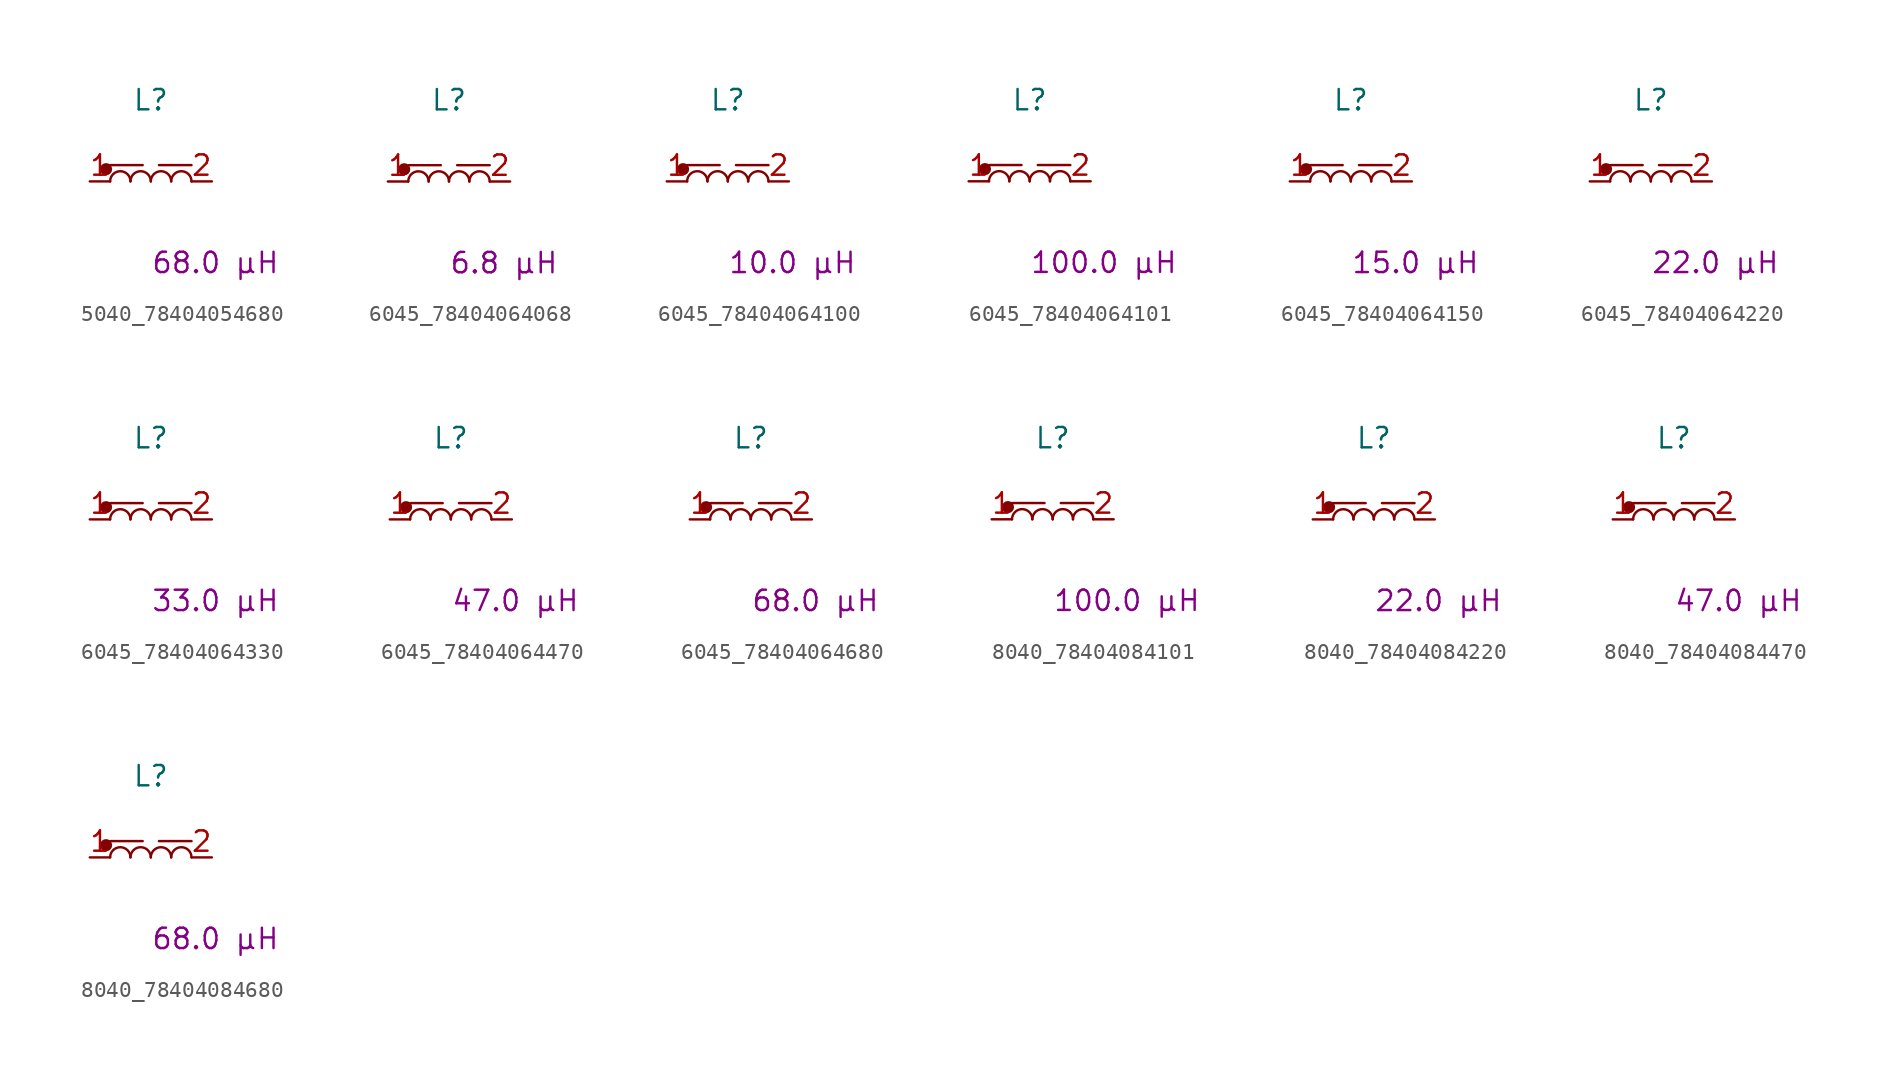
<source format=kicad_sym>
(kicad_symbol_lib
  (version 20220914)
  (generator kicad_symbol_editor)
  (symbol "5040_78404054680"
    (pin_names hide)
    (property "Reference" "L"
      (at 0 5.08 0)
      (effects (font (size 1.27 1.27))))
    (property "Critical Parameter" "68.0 µH"
      (at 0 -5.08 0)
      (effects (font (size 1.27 1.27)) (justify left)))
    (symbol "5040_78404054680_0_1"
      (arc (start -1.27 0) (mid -1.905 0.6323) (end -2.54 0) (stroke (width 0) (type default)) (fill (type none)))
      (arc (start 0 0) (mid -0.635 0.6323) (end -1.27 0) (stroke (width 0) (type default)) (fill (type none)))
      (polyline (pts (xy -2.54 1.016) (xy -0.508 1.016)) (stroke (width 0) (type default)) (fill (type none)))
      (arc (start 1.27 0) (mid 0.635 0.6323) (end 0 0) (stroke (width 0) (type default)) (fill (type none)))
      (arc (start 2.54 0) (mid 1.905 0.6323) (end 1.27 0) (stroke (width 0) (type default)) (fill (type none))))
    (symbol "5040_78404054680_1_1"
      (circle (center -2.794 0.762) (radius 0.0001) (stroke (width 0.381) (type default)) (fill (type none)))
      (polyline (pts (xy 2.54 1.016) (xy 0.508 1.016)) (stroke (width 0) (type default)) (fill (type none)))
      (pin passive line (at -3.81 0 0) (length 1.27) (name "1" (effects (font (size 1.27 1.27)))) (number "1" (effects (font (size 1.27 1.27)))))
      (pin passive line (at 3.81 0 180) (length 1.27) (name "2" (effects (font (size 1.27 1.27)))) (number "2" (effects (font (size 1.27 1.27)))))))
  (symbol "6045_78404064068"
    (pin_names hide)
    (property "Reference" "L"
      (at 0 5.08 0)
      (effects (font (size 1.27 1.27))))
    (property "Critical Parameter" "6.8 µH"
      (at 0 -5.08 0)
      (effects (font (size 1.27 1.27)) (justify left)))
    (symbol "6045_78404064068_0_1"
      (arc (start -1.27 0) (mid -1.905 0.6323) (end -2.54 0) (stroke (width 0) (type default)) (fill (type none)))
      (arc (start 0 0) (mid -0.635 0.6323) (end -1.27 0) (stroke (width 0) (type default)) (fill (type none)))
      (polyline (pts (xy -2.54 1.016) (xy -0.508 1.016)) (stroke (width 0) (type default)) (fill (type none)))
      (arc (start 1.27 0) (mid 0.635 0.6323) (end 0 0) (stroke (width 0) (type default)) (fill (type none)))
      (arc (start 2.54 0) (mid 1.905 0.6323) (end 1.27 0) (stroke (width 0) (type default)) (fill (type none))))
    (symbol "6045_78404064068_1_1"
      (circle (center -2.794 0.762) (radius 0.0001) (stroke (width 0.381) (type default)) (fill (type none)))
      (polyline (pts (xy 2.54 1.016) (xy 0.508 1.016)) (stroke (width 0) (type default)) (fill (type none)))
      (pin passive line (at -3.81 0 0) (length 1.27) (name "1" (effects (font (size 1.27 1.27)))) (number "1" (effects (font (size 1.27 1.27)))))
      (pin passive line (at 3.81 0 180) (length 1.27) (name "2" (effects (font (size 1.27 1.27)))) (number "2" (effects (font (size 1.27 1.27)))))))
  (symbol "6045_78404064100"
    (pin_names hide)
    (property "Reference" "L"
      (at 0 5.08 0)
      (effects (font (size 1.27 1.27))))
    (property "Critical Parameter" "10.0 µH"
      (at 0 -5.08 0)
      (effects (font (size 1.27 1.27)) (justify left)))
    (symbol "6045_78404064100_0_1"
      (arc (start -1.27 0) (mid -1.905 0.6323) (end -2.54 0) (stroke (width 0) (type default)) (fill (type none)))
      (arc (start 0 0) (mid -0.635 0.6323) (end -1.27 0) (stroke (width 0) (type default)) (fill (type none)))
      (polyline (pts (xy -2.54 1.016) (xy -0.508 1.016)) (stroke (width 0) (type default)) (fill (type none)))
      (arc (start 1.27 0) (mid 0.635 0.6323) (end 0 0) (stroke (width 0) (type default)) (fill (type none)))
      (arc (start 2.54 0) (mid 1.905 0.6323) (end 1.27 0) (stroke (width 0) (type default)) (fill (type none))))
    (symbol "6045_78404064100_1_1"
      (circle (center -2.794 0.762) (radius 0.0001) (stroke (width 0.381) (type default)) (fill (type none)))
      (polyline (pts (xy 2.54 1.016) (xy 0.508 1.016)) (stroke (width 0) (type default)) (fill (type none)))
      (pin passive line (at -3.81 0 0) (length 1.27) (name "1" (effects (font (size 1.27 1.27)))) (number "1" (effects (font (size 1.27 1.27)))))
      (pin passive line (at 3.81 0 180) (length 1.27) (name "2" (effects (font (size 1.27 1.27)))) (number "2" (effects (font (size 1.27 1.27)))))))
  (symbol "6045_78404064101"
    (pin_names hide)
    (property "Reference" "L"
      (at 0 5.08 0)
      (effects (font (size 1.27 1.27))))
    (property "Critical Parameter" "100.0 µH"
      (at 0 -5.08 0)
      (effects (font (size 1.27 1.27)) (justify left)))
    (symbol "6045_78404064101_0_1"
      (arc (start -1.27 0) (mid -1.905 0.6323) (end -2.54 0) (stroke (width 0) (type default)) (fill (type none)))
      (arc (start 0 0) (mid -0.635 0.6323) (end -1.27 0) (stroke (width 0) (type default)) (fill (type none)))
      (polyline (pts (xy -2.54 1.016) (xy -0.508 1.016)) (stroke (width 0) (type default)) (fill (type none)))
      (arc (start 1.27 0) (mid 0.635 0.6323) (end 0 0) (stroke (width 0) (type default)) (fill (type none)))
      (arc (start 2.54 0) (mid 1.905 0.6323) (end 1.27 0) (stroke (width 0) (type default)) (fill (type none))))
    (symbol "6045_78404064101_1_1"
      (circle (center -2.794 0.762) (radius 0.0001) (stroke (width 0.381) (type default)) (fill (type none)))
      (polyline (pts (xy 2.54 1.016) (xy 0.508 1.016)) (stroke (width 0) (type default)) (fill (type none)))
      (pin passive line (at -3.81 0 0) (length 1.27) (name "1" (effects (font (size 1.27 1.27)))) (number "1" (effects (font (size 1.27 1.27)))))
      (pin passive line (at 3.81 0 180) (length 1.27) (name "2" (effects (font (size 1.27 1.27)))) (number "2" (effects (font (size 1.27 1.27)))))))
  (symbol "6045_78404064150"
    (pin_names hide)
    (property "Reference" "L"
      (at 0 5.08 0)
      (effects (font (size 1.27 1.27))))
    (property "Critical Parameter" "15.0 µH"
      (at 0 -5.08 0)
      (effects (font (size 1.27 1.27)) (justify left)))
    (symbol "6045_78404064150_0_1"
      (arc (start -1.27 0) (mid -1.905 0.6323) (end -2.54 0) (stroke (width 0) (type default)) (fill (type none)))
      (arc (start 0 0) (mid -0.635 0.6323) (end -1.27 0) (stroke (width 0) (type default)) (fill (type none)))
      (polyline (pts (xy -2.54 1.016) (xy -0.508 1.016)) (stroke (width 0) (type default)) (fill (type none)))
      (arc (start 1.27 0) (mid 0.635 0.6323) (end 0 0) (stroke (width 0) (type default)) (fill (type none)))
      (arc (start 2.54 0) (mid 1.905 0.6323) (end 1.27 0) (stroke (width 0) (type default)) (fill (type none))))
    (symbol "6045_78404064150_1_1"
      (circle (center -2.794 0.762) (radius 0.0001) (stroke (width 0.381) (type default)) (fill (type none)))
      (polyline (pts (xy 2.54 1.016) (xy 0.508 1.016)) (stroke (width 0) (type default)) (fill (type none)))
      (pin passive line (at -3.81 0 0) (length 1.27) (name "1" (effects (font (size 1.27 1.27)))) (number "1" (effects (font (size 1.27 1.27)))))
      (pin passive line (at 3.81 0 180) (length 1.27) (name "2" (effects (font (size 1.27 1.27)))) (number "2" (effects (font (size 1.27 1.27)))))))
  (symbol "6045_78404064220"
    (pin_names hide)
    (property "Reference" "L"
      (at 0 5.08 0)
      (effects (font (size 1.27 1.27))))
    (property "Critical Parameter" "22.0 µH"
      (at 0 -5.08 0)
      (effects (font (size 1.27 1.27)) (justify left)))
    (symbol "6045_78404064220_0_1"
      (arc (start -1.27 0) (mid -1.905 0.6323) (end -2.54 0) (stroke (width 0) (type default)) (fill (type none)))
      (arc (start 0 0) (mid -0.635 0.6323) (end -1.27 0) (stroke (width 0) (type default)) (fill (type none)))
      (polyline (pts (xy -2.54 1.016) (xy -0.508 1.016)) (stroke (width 0) (type default)) (fill (type none)))
      (arc (start 1.27 0) (mid 0.635 0.6323) (end 0 0) (stroke (width 0) (type default)) (fill (type none)))
      (arc (start 2.54 0) (mid 1.905 0.6323) (end 1.27 0) (stroke (width 0) (type default)) (fill (type none))))
    (symbol "6045_78404064220_1_1"
      (circle (center -2.794 0.762) (radius 0.0001) (stroke (width 0.381) (type default)) (fill (type none)))
      (polyline (pts (xy 2.54 1.016) (xy 0.508 1.016)) (stroke (width 0) (type default)) (fill (type none)))
      (pin passive line (at -3.81 0 0) (length 1.27) (name "1" (effects (font (size 1.27 1.27)))) (number "1" (effects (font (size 1.27 1.27)))))
      (pin passive line (at 3.81 0 180) (length 1.27) (name "2" (effects (font (size 1.27 1.27)))) (number "2" (effects (font (size 1.27 1.27)))))))
  (symbol "6045_78404064330"
    (pin_names hide)
    (property "Reference" "L"
      (at 0 5.08 0)
      (effects (font (size 1.27 1.27))))
    (property "Critical Parameter" "33.0 µH"
      (at 0 -5.08 0)
      (effects (font (size 1.27 1.27)) (justify left)))
    (symbol "6045_78404064330_0_1"
      (arc (start -1.27 0) (mid -1.905 0.6323) (end -2.54 0) (stroke (width 0) (type default)) (fill (type none)))
      (arc (start 0 0) (mid -0.635 0.6323) (end -1.27 0) (stroke (width 0) (type default)) (fill (type none)))
      (polyline (pts (xy -2.54 1.016) (xy -0.508 1.016)) (stroke (width 0) (type default)) (fill (type none)))
      (arc (start 1.27 0) (mid 0.635 0.6323) (end 0 0) (stroke (width 0) (type default)) (fill (type none)))
      (arc (start 2.54 0) (mid 1.905 0.6323) (end 1.27 0) (stroke (width 0) (type default)) (fill (type none))))
    (symbol "6045_78404064330_1_1"
      (circle (center -2.794 0.762) (radius 0.0001) (stroke (width 0.381) (type default)) (fill (type none)))
      (polyline (pts (xy 2.54 1.016) (xy 0.508 1.016)) (stroke (width 0) (type default)) (fill (type none)))
      (pin passive line (at -3.81 0 0) (length 1.27) (name "1" (effects (font (size 1.27 1.27)))) (number "1" (effects (font (size 1.27 1.27)))))
      (pin passive line (at 3.81 0 180) (length 1.27) (name "2" (effects (font (size 1.27 1.27)))) (number "2" (effects (font (size 1.27 1.27)))))))
  (symbol "6045_78404064470"
    (pin_names hide)
    (property "Reference" "L"
      (at 0 5.08 0)
      (effects (font (size 1.27 1.27))))
    (property "Critical Parameter" "47.0 µH"
      (at 0 -5.08 0)
      (effects (font (size 1.27 1.27)) (justify left)))
    (symbol "6045_78404064470_0_1"
      (arc (start -1.27 0) (mid -1.905 0.6323) (end -2.54 0) (stroke (width 0) (type default)) (fill (type none)))
      (arc (start 0 0) (mid -0.635 0.6323) (end -1.27 0) (stroke (width 0) (type default)) (fill (type none)))
      (polyline (pts (xy -2.54 1.016) (xy -0.508 1.016)) (stroke (width 0) (type default)) (fill (type none)))
      (arc (start 1.27 0) (mid 0.635 0.6323) (end 0 0) (stroke (width 0) (type default)) (fill (type none)))
      (arc (start 2.54 0) (mid 1.905 0.6323) (end 1.27 0) (stroke (width 0) (type default)) (fill (type none))))
    (symbol "6045_78404064470_1_1"
      (circle (center -2.794 0.762) (radius 0.0001) (stroke (width 0.381) (type default)) (fill (type none)))
      (polyline (pts (xy 2.54 1.016) (xy 0.508 1.016)) (stroke (width 0) (type default)) (fill (type none)))
      (pin passive line (at -3.81 0 0) (length 1.27) (name "1" (effects (font (size 1.27 1.27)))) (number "1" (effects (font (size 1.27 1.27)))))
      (pin passive line (at 3.81 0 180) (length 1.27) (name "2" (effects (font (size 1.27 1.27)))) (number "2" (effects (font (size 1.27 1.27)))))))
  (symbol "6045_78404064680"
    (pin_names hide)
    (property "Reference" "L"
      (at 0 5.08 0)
      (effects (font (size 1.27 1.27))))
    (property "Critical Parameter" "68.0 µH"
      (at 0 -5.08 0)
      (effects (font (size 1.27 1.27)) (justify left)))
    (symbol "6045_78404064680_0_1"
      (arc (start -1.27 0) (mid -1.905 0.6323) (end -2.54 0) (stroke (width 0) (type default)) (fill (type none)))
      (arc (start 0 0) (mid -0.635 0.6323) (end -1.27 0) (stroke (width 0) (type default)) (fill (type none)))
      (polyline (pts (xy -2.54 1.016) (xy -0.508 1.016)) (stroke (width 0) (type default)) (fill (type none)))
      (arc (start 1.27 0) (mid 0.635 0.6323) (end 0 0) (stroke (width 0) (type default)) (fill (type none)))
      (arc (start 2.54 0) (mid 1.905 0.6323) (end 1.27 0) (stroke (width 0) (type default)) (fill (type none))))
    (symbol "6045_78404064680_1_1"
      (circle (center -2.794 0.762) (radius 0.0001) (stroke (width 0.381) (type default)) (fill (type none)))
      (polyline (pts (xy 2.54 1.016) (xy 0.508 1.016)) (stroke (width 0) (type default)) (fill (type none)))
      (pin passive line (at -3.81 0 0) (length 1.27) (name "1" (effects (font (size 1.27 1.27)))) (number "1" (effects (font (size 1.27 1.27)))))
      (pin passive line (at 3.81 0 180) (length 1.27) (name "2" (effects (font (size 1.27 1.27)))) (number "2" (effects (font (size 1.27 1.27)))))))
  (symbol "8040_78404084101"
    (pin_names hide)
    (property "Reference" "L"
      (at 0 5.08 0)
      (effects (font (size 1.27 1.27))))
    (property "Critical Parameter" "100.0 µH"
      (at 0 -5.08 0)
      (effects (font (size 1.27 1.27)) (justify left)))
    (symbol "8040_78404084101_0_1"
      (arc (start -1.27 0) (mid -1.905 0.6323) (end -2.54 0) (stroke (width 0) (type default)) (fill (type none)))
      (arc (start 0 0) (mid -0.635 0.6323) (end -1.27 0) (stroke (width 0) (type default)) (fill (type none)))
      (polyline (pts (xy -2.54 1.016) (xy -0.508 1.016)) (stroke (width 0) (type default)) (fill (type none)))
      (arc (start 1.27 0) (mid 0.635 0.6323) (end 0 0) (stroke (width 0) (type default)) (fill (type none)))
      (arc (start 2.54 0) (mid 1.905 0.6323) (end 1.27 0) (stroke (width 0) (type default)) (fill (type none))))
    (symbol "8040_78404084101_1_1"
      (circle (center -2.794 0.762) (radius 0.0001) (stroke (width 0.381) (type default)) (fill (type none)))
      (polyline (pts (xy 2.54 1.016) (xy 0.508 1.016)) (stroke (width 0) (type default)) (fill (type none)))
      (pin passive line (at -3.81 0 0) (length 1.27) (name "1" (effects (font (size 1.27 1.27)))) (number "1" (effects (font (size 1.27 1.27)))))
      (pin passive line (at 3.81 0 180) (length 1.27) (name "2" (effects (font (size 1.27 1.27)))) (number "2" (effects (font (size 1.27 1.27)))))))
  (symbol "8040_78404084220"
    (pin_names hide)
    (property "Reference" "L"
      (at 0 5.08 0)
      (effects (font (size 1.27 1.27))))
    (property "Critical Parameter" "22.0 µH"
      (at 0 -5.08 0)
      (effects (font (size 1.27 1.27)) (justify left)))
    (symbol "8040_78404084220_0_1"
      (arc (start -1.27 0) (mid -1.905 0.6323) (end -2.54 0) (stroke (width 0) (type default)) (fill (type none)))
      (arc (start 0 0) (mid -0.635 0.6323) (end -1.27 0) (stroke (width 0) (type default)) (fill (type none)))
      (polyline (pts (xy -2.54 1.016) (xy -0.508 1.016)) (stroke (width 0) (type default)) (fill (type none)))
      (arc (start 1.27 0) (mid 0.635 0.6323) (end 0 0) (stroke (width 0) (type default)) (fill (type none)))
      (arc (start 2.54 0) (mid 1.905 0.6323) (end 1.27 0) (stroke (width 0) (type default)) (fill (type none))))
    (symbol "8040_78404084220_1_1"
      (circle (center -2.794 0.762) (radius 0.0001) (stroke (width 0.381) (type default)) (fill (type none)))
      (polyline (pts (xy 2.54 1.016) (xy 0.508 1.016)) (stroke (width 0) (type default)) (fill (type none)))
      (pin passive line (at -3.81 0 0) (length 1.27) (name "1" (effects (font (size 1.27 1.27)))) (number "1" (effects (font (size 1.27 1.27)))))
      (pin passive line (at 3.81 0 180) (length 1.27) (name "2" (effects (font (size 1.27 1.27)))) (number "2" (effects (font (size 1.27 1.27)))))))
  (symbol "8040_78404084470"
    (pin_names hide)
    (property "Reference" "L"
      (at 0 5.08 0)
      (effects (font (size 1.27 1.27))))
    (property "Critical Parameter" "47.0 µH"
      (at 0 -5.08 0)
      (effects (font (size 1.27 1.27)) (justify left)))
    (symbol "8040_78404084470_0_1"
      (arc (start -1.27 0) (mid -1.905 0.6323) (end -2.54 0) (stroke (width 0) (type default)) (fill (type none)))
      (arc (start 0 0) (mid -0.635 0.6323) (end -1.27 0) (stroke (width 0) (type default)) (fill (type none)))
      (polyline (pts (xy -2.54 1.016) (xy -0.508 1.016)) (stroke (width 0) (type default)) (fill (type none)))
      (arc (start 1.27 0) (mid 0.635 0.6323) (end 0 0) (stroke (width 0) (type default)) (fill (type none)))
      (arc (start 2.54 0) (mid 1.905 0.6323) (end 1.27 0) (stroke (width 0) (type default)) (fill (type none))))
    (symbol "8040_78404084470_1_1"
      (circle (center -2.794 0.762) (radius 0.0001) (stroke (width 0.381) (type default)) (fill (type none)))
      (polyline (pts (xy 2.54 1.016) (xy 0.508 1.016)) (stroke (width 0) (type default)) (fill (type none)))
      (pin passive line (at -3.81 0 0) (length 1.27) (name "1" (effects (font (size 1.27 1.27)))) (number "1" (effects (font (size 1.27 1.27)))))
      (pin passive line (at 3.81 0 180) (length 1.27) (name "2" (effects (font (size 1.27 1.27)))) (number "2" (effects (font (size 1.27 1.27)))))))
  (symbol "8040_78404084680"
    (pin_names hide)
    (property "Reference" "L"
      (at 0 5.08 0)
      (effects (font (size 1.27 1.27))))
    (property "Critical Parameter" "68.0 µH"
      (at 0 -5.08 0)
      (effects (font (size 1.27 1.27)) (justify left)))
    (symbol "8040_78404084680_0_1"
      (arc (start -1.27 0) (mid -1.905 0.6323) (end -2.54 0) (stroke (width 0) (type default)) (fill (type none)))
      (arc (start 0 0) (mid -0.635 0.6323) (end -1.27 0) (stroke (width 0) (type default)) (fill (type none)))
      (polyline (pts (xy -2.54 1.016) (xy -0.508 1.016)) (stroke (width 0) (type default)) (fill (type none)))
      (arc (start 1.27 0) (mid 0.635 0.6323) (end 0 0) (stroke (width 0) (type default)) (fill (type none)))
      (arc (start 2.54 0) (mid 1.905 0.6323) (end 1.27 0) (stroke (width 0) (type default)) (fill (type none))))
    (symbol "8040_78404084680_1_1"
      (circle (center -2.794 0.762) (radius 0.0001) (stroke (width 0.381) (type default)) (fill (type none)))
      (polyline (pts (xy 2.54 1.016) (xy 0.508 1.016)) (stroke (width 0) (type default)) (fill (type none)))
      (pin passive line (at -3.81 0 0) (length 1.27) (name "1" (effects (font (size 1.27 1.27)))) (number "1" (effects (font (size 1.27 1.27)))))
      (pin passive line (at 3.81 0 180) (length 1.27) (name "2" (effects (font (size 1.27 1.27)))) (number "2" (effects (font (size 1.27 1.27))))))))
</source>
